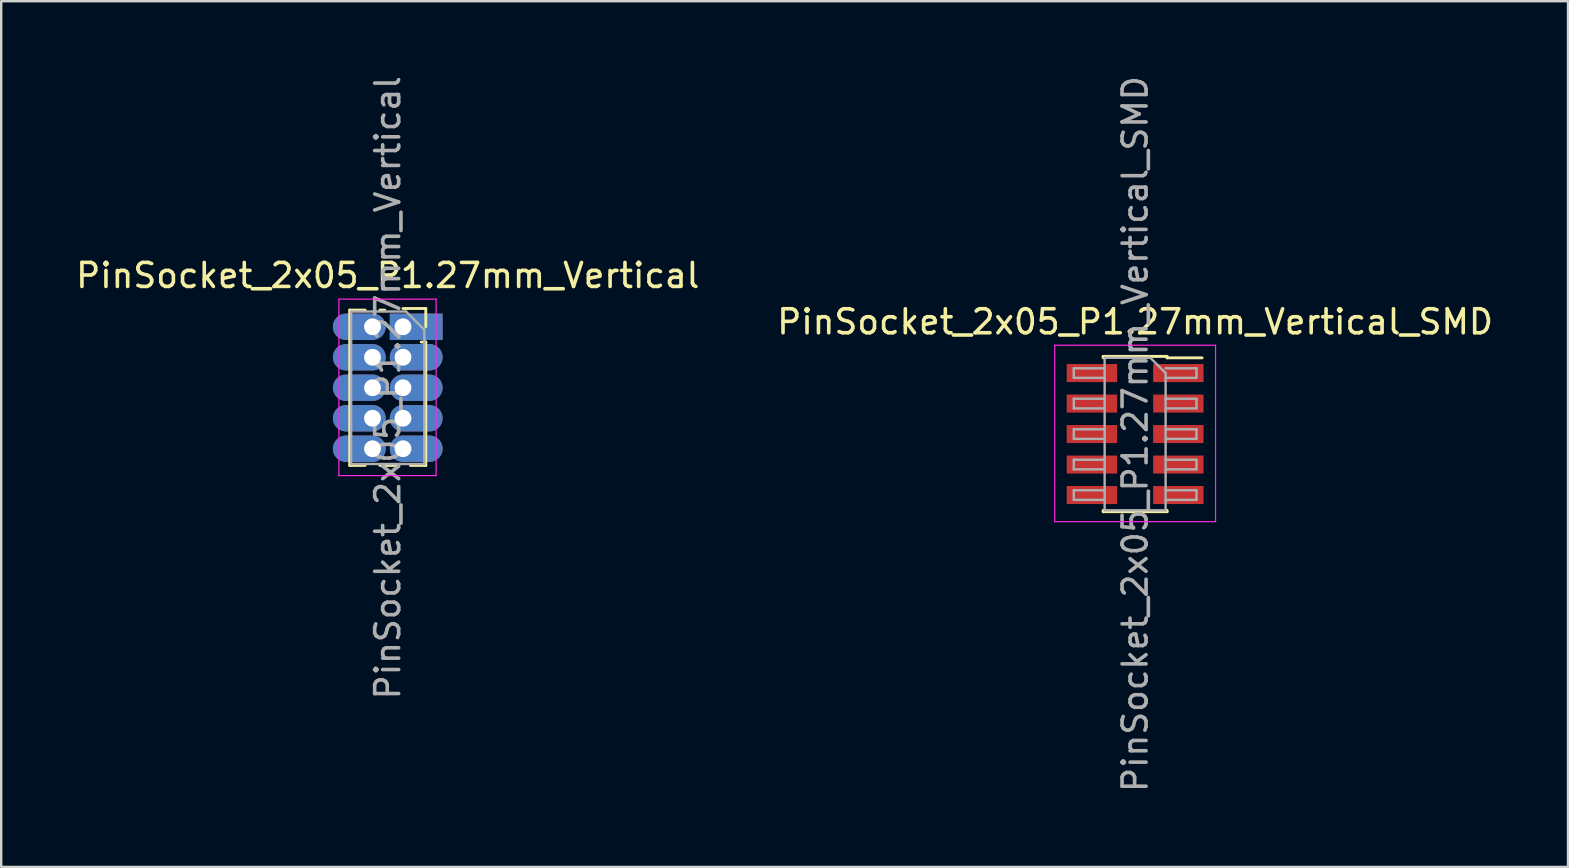
<source format=kicad_pcb>
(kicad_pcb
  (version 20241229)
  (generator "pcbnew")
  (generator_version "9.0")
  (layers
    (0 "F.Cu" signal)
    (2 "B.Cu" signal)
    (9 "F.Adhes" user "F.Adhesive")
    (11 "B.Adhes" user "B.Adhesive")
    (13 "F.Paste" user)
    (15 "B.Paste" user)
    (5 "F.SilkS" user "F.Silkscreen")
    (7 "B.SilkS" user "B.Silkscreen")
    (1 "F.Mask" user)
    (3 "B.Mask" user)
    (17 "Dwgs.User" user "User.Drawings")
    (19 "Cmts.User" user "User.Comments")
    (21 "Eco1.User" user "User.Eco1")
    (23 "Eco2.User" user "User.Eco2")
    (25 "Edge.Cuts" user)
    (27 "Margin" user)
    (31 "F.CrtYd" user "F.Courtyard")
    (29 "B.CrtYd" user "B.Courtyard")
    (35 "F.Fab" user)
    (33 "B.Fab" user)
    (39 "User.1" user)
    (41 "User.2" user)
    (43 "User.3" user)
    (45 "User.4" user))
  (footprint "PinSocket_2x05_P1.27mm_Vertical"
    (layer "F.Cu")
    (at 13.736 10.561)
    (property "Reference" "PinSocket_2x05_P1.27mm_Vertical" (at -0.635 -2.135 0) (layer "F.SilkS") (effects (font (size 1 1) (thickness 0.15))))
    (attr through_hole)
    (fp_line (start -2.22 -0.695) (end -2.22 5.775) (stroke (width 0.12) (type solid)) (layer "F.SilkS"))
    (fp_line (start -2.22 -0.695) (end -1.578 -0.695) (stroke (width 0.12) (type solid)) (layer "F.SilkS"))
    (fp_line (start -2.22 5.775) (end -1.578 5.775) (stroke (width 0.12) (type solid)) (layer "F.SilkS"))
    (fp_line (start -0.962 -0.695) (end -0.76 -0.695) (stroke (width 0.12) (type solid)) (layer "F.SilkS"))
    (fp_line (start -0.962 5.775) (end -0.308 5.775) (stroke (width 0.12) (type solid)) (layer "F.SilkS"))
    (fp_line (start 0 -0.76) (end 0.95 -0.76) (stroke (width 0.12) (type solid)) (layer "F.SilkS"))
    (fp_line (start 0.308 5.775) (end 0.95 5.775) (stroke (width 0.12) (type solid)) (layer "F.SilkS"))
    (fp_line (start 0.76 0.635) (end 0.95 0.635) (stroke (width 0.12) (type solid)) (layer "F.SilkS"))
    (fp_line (start 0.95 -0.76) (end 0.95 0) (stroke (width 0.12) (type solid)) (layer "F.SilkS"))
    (fp_line (start 0.95 0.635) (end 0.95 5.775) (stroke (width 0.12) (type solid)) (layer "F.SilkS"))
    (fp_line (start -2.67 -1.15) (end 1.38 -1.15) (stroke (width 0.05) (type solid)) (layer "F.CrtYd"))
    (fp_line (start -2.67 6.2) (end -2.67 -1.15) (stroke (width 0.05) (type solid)) (layer "F.CrtYd"))
    (fp_line (start 1.38 -1.15) (end 1.38 6.2) (stroke (width 0.05) (type solid)) (layer "F.CrtYd"))
    (fp_line (start 1.38 6.2) (end -2.67 6.2) (stroke (width 0.05) (type solid)) (layer "F.CrtYd"))
    (fp_line (start -2.16 -0.635) (end 0.128 -0.635) (stroke (width 0.1) (type solid)) (layer "F.Fab"))
    (fp_line (start -2.16 5.715) (end -2.16 -0.635) (stroke (width 0.1) (type solid)) (layer "F.Fab"))
    (fp_line (start 0.128 -0.635) (end 0.89 0.128) (stroke (width 0.1) (type solid)) (layer "F.Fab"))
    (fp_line (start 0.89 0.128) (end 0.89 5.715) (stroke (width 0.1) (type solid)) (layer "F.Fab"))
    (fp_line (start 0.89 5.715) (end -2.16 5.715) (stroke (width 0.1) (type solid)) (layer "F.Fab"))
    (fp_text user "${REFERENCE}" (at -0.635 2.54 90) (layer "F.Fab") (effects (font (size 1 1) (thickness 0.15))))
    (pad "1" thru_hole rect (at 0 0) (size 2.2 1.1) (drill 0.7 (offset 0.55 0)) (layers "*.Cu" "*.Mask"))
    (pad "2" thru_hole oval (at -1.27 0) (size 2.2 1.1) (drill 0.7 (offset -0.55 0)) (layers "*.Cu" "*.Mask"))
    (pad "3" thru_hole oval (at 0 1.27) (size 2.2 1.1) (drill 0.7 (offset 0.55 0)) (layers "*.Cu" "*.Mask"))
    (pad "4" thru_hole oval (at -1.27 1.27) (size 2.2 1.1) (drill 0.7 (offset -0.55 0)) (layers "*.Cu" "*.Mask"))
    (pad "5" thru_hole oval (at 0 2.54) (size 2.2 1.1) (drill 0.7 (offset 0.55 0)) (layers "*.Cu" "*.Mask"))
    (pad "6" thru_hole oval (at -1.27 2.54) (size 2.2 1.1) (drill 0.7 (offset -0.55 0)) (layers "*.Cu" "*.Mask"))
    (pad "7" thru_hole oval (at 0 3.81) (size 2.2 1.1) (drill 0.7 (offset 0.55 0)) (layers "*.Cu" "*.Mask"))
    (pad "8" thru_hole oval (at -1.27 3.81) (size 2.2 1.1) (drill 0.7 (offset -0.55 0)) (layers "*.Cu" "*.Mask"))
    (pad "9" thru_hole oval (at 0 5.08) (size 2.2 1.1) (drill 0.7 (offset 0.55 0)) (layers "*.Cu" "*.Mask"))
    (pad "10" thru_hole oval (at -1.27 5.08) (size 2.2 1.1) (drill 0.7 (offset -0.55 0)) (layers "*.Cu" "*.Mask")))
  (footprint "PinSocket_2x05_P1.27mm_Vertical_SMD"
    (layer "F.Cu")
    (at 44.232 15.03)
    (property "Reference" "PinSocket_2x05_P1.27mm_Vertical_SMD" (at 0 -4.675 0) (layer "F.SilkS") (effects (font (size 1 1) (thickness 0.15))))
    (attr smd)
    (fp_line (start -1.33 -3.235) (end -1.33 -3.175) (stroke (width 0.12) (type solid)) (layer "F.SilkS"))
    (fp_line (start -1.33 -3.235) (end 1.33 -3.235) (stroke (width 0.12) (type solid)) (layer "F.SilkS"))
    (fp_line (start -1.33 3.175) (end -1.33 3.235) (stroke (width 0.12) (type solid)) (layer "F.SilkS"))
    (fp_line (start -1.33 3.235) (end 1.33 3.235) (stroke (width 0.12) (type solid)) (layer "F.SilkS"))
    (fp_line (start 1.33 -3.235) (end 1.33 -3.175) (stroke (width 0.12) (type solid)) (layer "F.SilkS"))
    (fp_line (start 1.33 -3.175) (end 2.79 -3.175) (stroke (width 0.12) (type solid)) (layer "F.SilkS"))
    (fp_line (start 1.33 3.175) (end 1.33 3.235) (stroke (width 0.12) (type solid)) (layer "F.SilkS"))
    (fp_line (start -3.35 -3.7) (end 3.35 -3.7) (stroke (width 0.05) (type solid)) (layer "F.CrtYd"))
    (fp_line (start -3.35 3.65) (end -3.35 -3.7) (stroke (width 0.05) (type solid)) (layer "F.CrtYd"))
    (fp_line (start 3.35 -3.7) (end 3.35 3.65) (stroke (width 0.05) (type solid)) (layer "F.CrtYd"))
    (fp_line (start 3.35 3.65) (end -3.35 3.65) (stroke (width 0.05) (type solid)) (layer "F.CrtYd"))
    (fp_line (start -2.555 -2.74) (end -1.27 -2.74) (stroke (width 0.1) (type solid)) (layer "F.Fab"))
    (fp_line (start -2.555 -2.34) (end -2.555 -2.74) (stroke (width 0.1) (type solid)) (layer "F.Fab"))
    (fp_line (start -2.555 -1.47) (end -1.27 -1.47) (stroke (width 0.1) (type solid)) (layer "F.Fab"))
    (fp_line (start -2.555 -1.07) (end -2.555 -1.47) (stroke (width 0.1) (type solid)) (layer "F.Fab"))
    (fp_line (start -2.555 -0.2) (end -1.27 -0.2) (stroke (width 0.1) (type solid)) (layer "F.Fab"))
    (fp_line (start -2.555 0.2) (end -2.555 -0.2) (stroke (width 0.1) (type solid)) (layer "F.Fab"))
    (fp_line (start -2.555 1.07) (end -1.27 1.07) (stroke (width 0.1) (type solid)) (layer "F.Fab"))
    (fp_line (start -2.555 1.47) (end -2.555 1.07) (stroke (width 0.1) (type solid)) (layer "F.Fab"))
    (fp_line (start -2.555 2.34) (end -1.27 2.34) (stroke (width 0.1) (type solid)) (layer "F.Fab"))
    (fp_line (start -2.555 2.74) (end -2.555 2.34) (stroke (width 0.1) (type solid)) (layer "F.Fab"))
    (fp_line (start -1.27 -3.175) (end 0.635 -3.175) (stroke (width 0.1) (type solid)) (layer "F.Fab"))
    (fp_line (start -1.27 -2.34) (end -2.555 -2.34) (stroke (width 0.1) (type solid)) (layer "F.Fab"))
    (fp_line (start -1.27 -1.07) (end -2.555 -1.07) (stroke (width 0.1) (type solid)) (layer "F.Fab"))
    (fp_line (start -1.27 0.2) (end -2.555 0.2) (stroke (width 0.1) (type solid)) (layer "F.Fab"))
    (fp_line (start -1.27 1.47) (end -2.555 1.47) (stroke (width 0.1) (type solid)) (layer "F.Fab"))
    (fp_line (start -1.27 2.74) (end -2.555 2.74) (stroke (width 0.1) (type solid)) (layer "F.Fab"))
    (fp_line (start -1.27 3.175) (end -1.27 -3.175) (stroke (width 0.1) (type solid)) (layer "F.Fab"))
    (fp_line (start 0.635 -3.175) (end 1.27 -2.54) (stroke (width 0.1) (type solid)) (layer "F.Fab"))
    (fp_line (start 1.27 -2.74) (end 2.555 -2.74) (stroke (width 0.1) (type solid)) (layer "F.Fab"))
    (fp_line (start 1.27 -2.54) (end 1.27 3.175) (stroke (width 0.1) (type solid)) (layer "F.Fab"))
    (fp_line (start 1.27 -1.47) (end 2.555 -1.47) (stroke (width 0.1) (type solid)) (layer "F.Fab"))
    (fp_line (start 1.27 -0.2) (end 2.555 -0.2) (stroke (width 0.1) (type solid)) (layer "F.Fab"))
    (fp_line (start 1.27 1.07) (end 2.555 1.07) (stroke (width 0.1) (type solid)) (layer "F.Fab"))
    (fp_line (start 1.27 2.34) (end 2.555 2.34) (stroke (width 0.1) (type solid)) (layer "F.Fab"))
    (fp_line (start 1.27 3.175) (end -1.27 3.175) (stroke (width 0.1) (type solid)) (layer "F.Fab"))
    (fp_line (start 2.555 -2.74) (end 2.555 -2.34) (stroke (width 0.1) (type solid)) (layer "F.Fab"))
    (fp_line (start 2.555 -2.34) (end 1.27 -2.34) (stroke (width 0.1) (type solid)) (layer "F.Fab"))
    (fp_line (start 2.555 -1.47) (end 2.555 -1.07) (stroke (width 0.1) (type solid)) (layer "F.Fab"))
    (fp_line (start 2.555 -1.07) (end 1.27 -1.07) (stroke (width 0.1) (type solid)) (layer "F.Fab"))
    (fp_line (start 2.555 -0.2) (end 2.555 0.2) (stroke (width 0.1) (type solid)) (layer "F.Fab"))
    (fp_line (start 2.555 0.2) (end 1.27 0.2) (stroke (width 0.1) (type solid)) (layer "F.Fab"))
    (fp_line (start 2.555 1.07) (end 2.555 1.47) (stroke (width 0.1) (type solid)) (layer "F.Fab"))
    (fp_line (start 2.555 1.47) (end 1.27 1.47) (stroke (width 0.1) (type solid)) (layer "F.Fab"))
    (fp_line (start 2.555 2.34) (end 2.555 2.74) (stroke (width 0.1) (type solid)) (layer "F.Fab"))
    (fp_line (start 2.555 2.74) (end 1.27 2.74) (stroke (width 0.1) (type solid)) (layer "F.Fab"))
    (fp_text user "${REFERENCE}" (at 0 0 90) (layer "F.Fab") (effects (font (size 1 1) (thickness 0.15))))
    (pad "1" smd rect (at 1.8 -2.54) (size 2.1 0.75) (layers "F.Cu" "F.Mask" "F.Paste"))
    (pad "2" smd rect (at -1.8 -2.54) (size 2.1 0.75) (layers "F.Cu" "F.Mask" "F.Paste"))
    (pad "3" smd rect (at 1.8 -1.27) (size 2.1 0.75) (layers "F.Cu" "F.Mask" "F.Paste"))
    (pad "4" smd rect (at -1.8 -1.27) (size 2.1 0.75) (layers "F.Cu" "F.Mask" "F.Paste"))
    (pad "5" smd rect (at 1.8 0) (size 2.1 0.75) (layers "F.Cu" "F.Mask" "F.Paste"))
    (pad "6" smd rect (at -1.8 0) (size 2.1 0.75) (layers "F.Cu" "F.Mask" "F.Paste"))
    (pad "7" smd rect (at 1.8 1.27) (size 2.1 0.75) (layers "F.Cu" "F.Mask" "F.Paste"))
    (pad "8" smd rect (at -1.8 1.27) (size 2.1 0.75) (layers "F.Cu" "F.Mask" "F.Paste"))
    (pad "9" smd rect (at 1.8 2.54) (size 2.1 0.75) (layers "F.Cu" "F.Mask" "F.Paste"))
    (pad "10" smd rect (at -1.8 2.54) (size 2.1 0.75) (layers "F.Cu" "F.Mask" "F.Paste")))
  (gr_rect
    (start -3 -3)
    (end 62.262 33.06)
    (stroke (width 0.1) (type default))
    (fill no)
    (layer "Edge.Cuts")))
</source>
